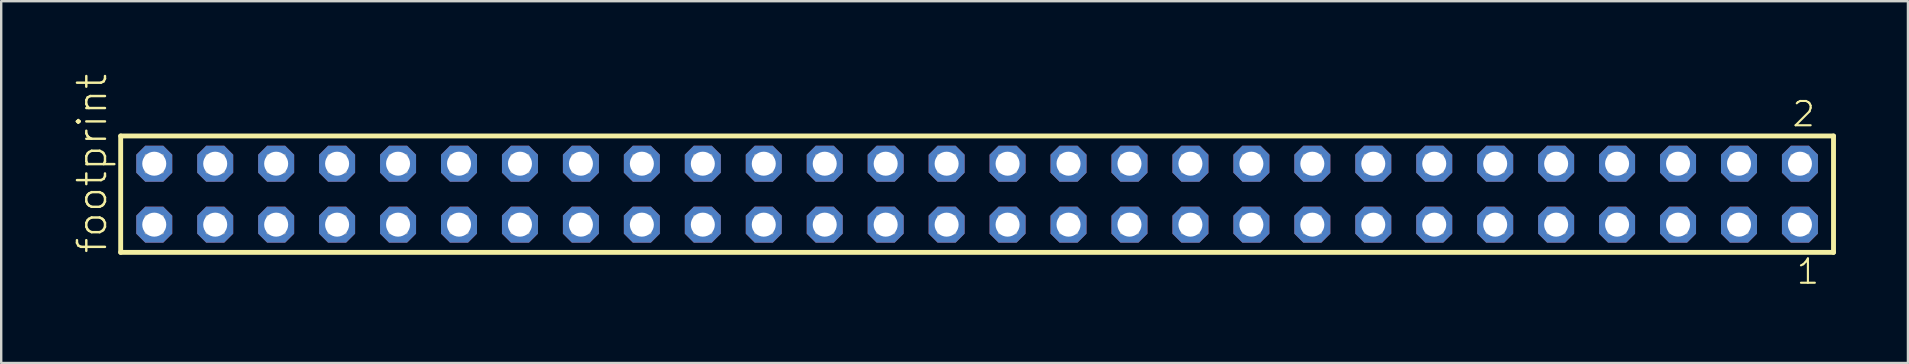
<source format=kicad_pcb>
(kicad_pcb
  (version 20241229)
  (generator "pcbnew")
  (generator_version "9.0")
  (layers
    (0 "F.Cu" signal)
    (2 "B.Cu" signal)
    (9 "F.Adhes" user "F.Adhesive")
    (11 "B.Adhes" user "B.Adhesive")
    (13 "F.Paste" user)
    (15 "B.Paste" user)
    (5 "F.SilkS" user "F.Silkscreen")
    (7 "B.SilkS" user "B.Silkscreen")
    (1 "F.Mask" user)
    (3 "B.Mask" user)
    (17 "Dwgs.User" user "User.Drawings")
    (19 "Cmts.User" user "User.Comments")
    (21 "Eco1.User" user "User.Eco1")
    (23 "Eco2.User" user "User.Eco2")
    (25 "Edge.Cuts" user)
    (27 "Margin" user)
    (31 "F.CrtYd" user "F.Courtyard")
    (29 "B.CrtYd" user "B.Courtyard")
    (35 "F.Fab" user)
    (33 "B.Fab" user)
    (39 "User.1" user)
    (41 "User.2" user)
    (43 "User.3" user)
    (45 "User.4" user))
  (footprint "footprint"
    (layer "F.Cu")
    (at 37.668 5.042)
    (property "Reference" "footprint" (at -36.195 2.54 90) (layer "F.SilkS") (effects (font (size 1.168 1.168) (thickness 0.102)) (justify left bottom)))
    (fp_line (start -35.689 -2.425) (end 35.689 -2.425) (stroke (width 0.203) (type solid)) (layer "F.SilkS"))
    (fp_line (start -35.689 2.425) (end -35.689 -2.425) (stroke (width 0.203) (type solid)) (layer "F.SilkS"))
    (fp_line (start 35.689 -2.425) (end 35.689 2.425) (stroke (width 0.203) (type solid)) (layer "F.SilkS"))
    (fp_line (start 35.689 2.425) (end -35.689 2.425) (stroke (width 0.203) (type solid)) (layer "F.SilkS"))
    (fp_poly (pts (xy -34.64 -0.92) (xy -33.94 -0.92) (xy -33.94 -1.62) (xy -34.64 -1.62)) (stroke (width 0.1) (type solid)) (fill no) (layer "F.Fab"))
    (fp_poly (pts (xy -34.64 1.62) (xy -33.94 1.62) (xy -33.94 0.92) (xy -34.64 0.92)) (stroke (width 0.1) (type solid)) (fill no) (layer "F.Fab"))
    (fp_poly (pts (xy -32.1 -0.92) (xy -31.4 -0.92) (xy -31.4 -1.62) (xy -32.1 -1.62)) (stroke (width 0.1) (type solid)) (fill no) (layer "F.Fab"))
    (fp_poly (pts (xy -32.1 1.62) (xy -31.4 1.62) (xy -31.4 0.92) (xy -32.1 0.92)) (stroke (width 0.1) (type solid)) (fill no) (layer "F.Fab"))
    (fp_poly (pts (xy -29.56 -0.92) (xy -28.86 -0.92) (xy -28.86 -1.62) (xy -29.56 -1.62)) (stroke (width 0.1) (type solid)) (fill no) (layer "F.Fab"))
    (fp_poly (pts (xy -29.56 1.62) (xy -28.86 1.62) (xy -28.86 0.92) (xy -29.56 0.92)) (stroke (width 0.1) (type solid)) (fill no) (layer "F.Fab"))
    (fp_poly (pts (xy -27.02 -0.92) (xy -26.32 -0.92) (xy -26.32 -1.62) (xy -27.02 -1.62)) (stroke (width 0.1) (type solid)) (fill no) (layer "F.Fab"))
    (fp_poly (pts (xy -27.02 1.62) (xy -26.32 1.62) (xy -26.32 0.92) (xy -27.02 0.92)) (stroke (width 0.1) (type solid)) (fill no) (layer "F.Fab"))
    (fp_poly (pts (xy -24.48 -0.92) (xy -23.78 -0.92) (xy -23.78 -1.62) (xy -24.48 -1.62)) (stroke (width 0.1) (type solid)) (fill no) (layer "F.Fab"))
    (fp_poly (pts (xy -24.48 1.62) (xy -23.78 1.62) (xy -23.78 0.92) (xy -24.48 0.92)) (stroke (width 0.1) (type solid)) (fill no) (layer "F.Fab"))
    (fp_poly (pts (xy -21.94 -0.92) (xy -21.24 -0.92) (xy -21.24 -1.62) (xy -21.94 -1.62)) (stroke (width 0.1) (type solid)) (fill no) (layer "F.Fab"))
    (fp_poly (pts (xy -21.94 1.62) (xy -21.24 1.62) (xy -21.24 0.92) (xy -21.94 0.92)) (stroke (width 0.1) (type solid)) (fill no) (layer "F.Fab"))
    (fp_poly (pts (xy -19.4 -0.92) (xy -18.7 -0.92) (xy -18.7 -1.62) (xy -19.4 -1.62)) (stroke (width 0.1) (type solid)) (fill no) (layer "F.Fab"))
    (fp_poly (pts (xy -19.4 1.62) (xy -18.7 1.62) (xy -18.7 0.92) (xy -19.4 0.92)) (stroke (width 0.1) (type solid)) (fill no) (layer "F.Fab"))
    (fp_poly (pts (xy -16.86 -0.92) (xy -16.16 -0.92) (xy -16.16 -1.62) (xy -16.86 -1.62)) (stroke (width 0.1) (type solid)) (fill no) (layer "F.Fab"))
    (fp_poly (pts (xy -16.86 1.62) (xy -16.16 1.62) (xy -16.16 0.92) (xy -16.86 0.92)) (stroke (width 0.1) (type solid)) (fill no) (layer "F.Fab"))
    (fp_poly (pts (xy -14.32 -0.92) (xy -13.62 -0.92) (xy -13.62 -1.62) (xy -14.32 -1.62)) (stroke (width 0.1) (type solid)) (fill no) (layer "F.Fab"))
    (fp_poly (pts (xy -14.32 1.62) (xy -13.62 1.62) (xy -13.62 0.92) (xy -14.32 0.92)) (stroke (width 0.1) (type solid)) (fill no) (layer "F.Fab"))
    (fp_poly (pts (xy -11.78 -0.92) (xy -11.08 -0.92) (xy -11.08 -1.62) (xy -11.78 -1.62)) (stroke (width 0.1) (type solid)) (fill no) (layer "F.Fab"))
    (fp_poly (pts (xy -11.78 1.62) (xy -11.08 1.62) (xy -11.08 0.92) (xy -11.78 0.92)) (stroke (width 0.1) (type solid)) (fill no) (layer "F.Fab"))
    (fp_poly (pts (xy -9.24 -0.92) (xy -8.54 -0.92) (xy -8.54 -1.62) (xy -9.24 -1.62)) (stroke (width 0.1) (type solid)) (fill no) (layer "F.Fab"))
    (fp_poly (pts (xy -9.24 1.62) (xy -8.54 1.62) (xy -8.54 0.92) (xy -9.24 0.92)) (stroke (width 0.1) (type solid)) (fill no) (layer "F.Fab"))
    (fp_poly (pts (xy -6.7 -0.92) (xy -6 -0.92) (xy -6 -1.62) (xy -6.7 -1.62)) (stroke (width 0.1) (type solid)) (fill no) (layer "F.Fab"))
    (fp_poly (pts (xy -6.7 1.62) (xy -6 1.62) (xy -6 0.92) (xy -6.7 0.92)) (stroke (width 0.1) (type solid)) (fill no) (layer "F.Fab"))
    (fp_poly (pts (xy -4.16 -0.92) (xy -3.46 -0.92) (xy -3.46 -1.62) (xy -4.16 -1.62)) (stroke (width 0.1) (type solid)) (fill no) (layer "F.Fab"))
    (fp_poly (pts (xy -4.16 1.62) (xy -3.46 1.62) (xy -3.46 0.92) (xy -4.16 0.92)) (stroke (width 0.1) (type solid)) (fill no) (layer "F.Fab"))
    (fp_poly (pts (xy -1.62 -0.92) (xy -0.92 -0.92) (xy -0.92 -1.62) (xy -1.62 -1.62)) (stroke (width 0.1) (type solid)) (fill no) (layer "F.Fab"))
    (fp_poly (pts (xy -1.62 1.62) (xy -0.92 1.62) (xy -0.92 0.92) (xy -1.62 0.92)) (stroke (width 0.1) (type solid)) (fill no) (layer "F.Fab"))
    (fp_poly (pts (xy 0.92 -0.92) (xy 1.62 -0.92) (xy 1.62 -1.62) (xy 0.92 -1.62)) (stroke (width 0.1) (type solid)) (fill no) (layer "F.Fab"))
    (fp_poly (pts (xy 0.92 1.62) (xy 1.62 1.62) (xy 1.62 0.92) (xy 0.92 0.92)) (stroke (width 0.1) (type solid)) (fill no) (layer "F.Fab"))
    (fp_poly (pts (xy 3.46 -0.92) (xy 4.16 -0.92) (xy 4.16 -1.62) (xy 3.46 -1.62)) (stroke (width 0.1) (type solid)) (fill no) (layer "F.Fab"))
    (fp_poly (pts (xy 3.46 1.62) (xy 4.16 1.62) (xy 4.16 0.92) (xy 3.46 0.92)) (stroke (width 0.1) (type solid)) (fill no) (layer "F.Fab"))
    (fp_poly (pts (xy 6 -0.92) (xy 6.7 -0.92) (xy 6.7 -1.62) (xy 6 -1.62)) (stroke (width 0.1) (type solid)) (fill no) (layer "F.Fab"))
    (fp_poly (pts (xy 6 1.62) (xy 6.7 1.62) (xy 6.7 0.92) (xy 6 0.92)) (stroke (width 0.1) (type solid)) (fill no) (layer "F.Fab"))
    (fp_poly (pts (xy 8.54 -0.92) (xy 9.24 -0.92) (xy 9.24 -1.62) (xy 8.54 -1.62)) (stroke (width 0.1) (type solid)) (fill no) (layer "F.Fab"))
    (fp_poly (pts (xy 8.54 1.62) (xy 9.24 1.62) (xy 9.24 0.92) (xy 8.54 0.92)) (stroke (width 0.1) (type solid)) (fill no) (layer "F.Fab"))
    (fp_poly (pts (xy 11.08 -0.92) (xy 11.78 -0.92) (xy 11.78 -1.62) (xy 11.08 -1.62)) (stroke (width 0.1) (type solid)) (fill no) (layer "F.Fab"))
    (fp_poly (pts (xy 11.08 1.62) (xy 11.78 1.62) (xy 11.78 0.92) (xy 11.08 0.92)) (stroke (width 0.1) (type solid)) (fill no) (layer "F.Fab"))
    (fp_poly (pts (xy 13.62 -0.92) (xy 14.32 -0.92) (xy 14.32 -1.62) (xy 13.62 -1.62)) (stroke (width 0.1) (type solid)) (fill no) (layer "F.Fab"))
    (fp_poly (pts (xy 13.62 1.62) (xy 14.32 1.62) (xy 14.32 0.92) (xy 13.62 0.92)) (stroke (width 0.1) (type solid)) (fill no) (layer "F.Fab"))
    (fp_poly (pts (xy 16.16 -0.92) (xy 16.86 -0.92) (xy 16.86 -1.62) (xy 16.16 -1.62)) (stroke (width 0.1) (type solid)) (fill no) (layer "F.Fab"))
    (fp_poly (pts (xy 16.16 1.62) (xy 16.86 1.62) (xy 16.86 0.92) (xy 16.16 0.92)) (stroke (width 0.1) (type solid)) (fill no) (layer "F.Fab"))
    (fp_poly (pts (xy 18.7 -0.92) (xy 19.4 -0.92) (xy 19.4 -1.62) (xy 18.7 -1.62)) (stroke (width 0.1) (type solid)) (fill no) (layer "F.Fab"))
    (fp_poly (pts (xy 18.7 1.62) (xy 19.4 1.62) (xy 19.4 0.92) (xy 18.7 0.92)) (stroke (width 0.1) (type solid)) (fill no) (layer "F.Fab"))
    (fp_poly (pts (xy 21.24 -0.92) (xy 21.94 -0.92) (xy 21.94 -1.62) (xy 21.24 -1.62)) (stroke (width 0.1) (type solid)) (fill no) (layer "F.Fab"))
    (fp_poly (pts (xy 21.24 1.62) (xy 21.94 1.62) (xy 21.94 0.92) (xy 21.24 0.92)) (stroke (width 0.1) (type solid)) (fill no) (layer "F.Fab"))
    (fp_poly (pts (xy 23.78 -0.92) (xy 24.48 -0.92) (xy 24.48 -1.62) (xy 23.78 -1.62)) (stroke (width 0.1) (type solid)) (fill no) (layer "F.Fab"))
    (fp_poly (pts (xy 23.78 1.62) (xy 24.48 1.62) (xy 24.48 0.92) (xy 23.78 0.92)) (stroke (width 0.1) (type solid)) (fill no) (layer "F.Fab"))
    (fp_poly (pts (xy 26.32 -0.92) (xy 27.02 -0.92) (xy 27.02 -1.62) (xy 26.32 -1.62)) (stroke (width 0.1) (type solid)) (fill no) (layer "F.Fab"))
    (fp_poly (pts (xy 26.32 1.62) (xy 27.02 1.62) (xy 27.02 0.92) (xy 26.32 0.92)) (stroke (width 0.1) (type solid)) (fill no) (layer "F.Fab"))
    (fp_poly (pts (xy 28.86 -0.92) (xy 29.56 -0.92) (xy 29.56 -1.62) (xy 28.86 -1.62)) (stroke (width 0.1) (type solid)) (fill no) (layer "F.Fab"))
    (fp_poly (pts (xy 28.86 1.62) (xy 29.56 1.62) (xy 29.56 0.92) (xy 28.86 0.92)) (stroke (width 0.1) (type solid)) (fill no) (layer "F.Fab"))
    (fp_poly (pts (xy 31.4 -0.92) (xy 32.1 -0.92) (xy 32.1 -1.62) (xy 31.4 -1.62)) (stroke (width 0.1) (type solid)) (fill no) (layer "F.Fab"))
    (fp_poly (pts (xy 31.4 1.62) (xy 32.1 1.62) (xy 32.1 0.92) (xy 31.4 0.92)) (stroke (width 0.1) (type solid)) (fill no) (layer "F.Fab"))
    (fp_poly (pts (xy 33.94 -0.92) (xy 34.64 -0.92) (xy 34.64 -1.62) (xy 33.94 -1.62)) (stroke (width 0.1) (type solid)) (fill no) (layer "F.Fab"))
    (fp_poly (pts (xy 33.94 1.62) (xy 34.64 1.62) (xy 34.64 0.92) (xy 33.94 0.92)) (stroke (width 0.1) (type solid)) (fill no) (layer "F.Fab"))
    (fp_text user "2" (at 33.907 -2.744 0) (layer "F.SilkS") (effects (font (size 1.012 1.012) (thickness 0.088)) (justify left bottom)))
    (fp_text user "1" (at 34.082 3.818 0) (layer "F.SilkS") (effects (font (size 1.012 1.012) (thickness 0.088)) (justify left bottom)))
    (pad "1" thru_hole roundrect (at 34.29 1.27 180) (size 1.5 1.5) (drill 1) (layers "*.Cu" "*.Mask") (roundrect_rratio 0.25) (chamfer_ratio 0.25) (chamfer top_left top_right bottom_left bottom_right))
    (pad "2" thru_hole roundrect (at 34.29 -1.27 180) (size 1.5 1.5) (drill 1) (layers "*.Cu" "*.Mask") (roundrect_rratio 0.25) (chamfer_ratio 0.25) (chamfer top_left top_right bottom_left bottom_right))
    (pad "3" thru_hole roundrect (at 31.75 1.27 180) (size 1.5 1.5) (drill 1) (layers "*.Cu" "*.Mask") (roundrect_rratio 0.25) (chamfer_ratio 0.25) (chamfer top_left top_right bottom_left bottom_right))
    (pad "4" thru_hole roundrect (at 31.75 -1.27 180) (size 1.5 1.5) (drill 1) (layers "*.Cu" "*.Mask") (roundrect_rratio 0.25) (chamfer_ratio 0.25) (chamfer top_left top_right bottom_left bottom_right))
    (pad "5" thru_hole roundrect (at 29.21 1.27 180) (size 1.5 1.5) (drill 1) (layers "*.Cu" "*.Mask") (roundrect_rratio 0.25) (chamfer_ratio 0.25) (chamfer top_left top_right bottom_left bottom_right))
    (pad "6" thru_hole roundrect (at 29.21 -1.27 180) (size 1.5 1.5) (drill 1) (layers "*.Cu" "*.Mask") (roundrect_rratio 0.25) (chamfer_ratio 0.25) (chamfer top_left top_right bottom_left bottom_right))
    (pad "7" thru_hole roundrect (at 26.67 1.27 180) (size 1.5 1.5) (drill 1) (layers "*.Cu" "*.Mask") (roundrect_rratio 0.25) (chamfer_ratio 0.25) (chamfer top_left top_right bottom_left bottom_right))
    (pad "8" thru_hole roundrect (at 26.67 -1.27 180) (size 1.5 1.5) (drill 1) (layers "*.Cu" "*.Mask") (roundrect_rratio 0.25) (chamfer_ratio 0.25) (chamfer top_left top_right bottom_left bottom_right))
    (pad "9" thru_hole roundrect (at 24.13 1.27 180) (size 1.5 1.5) (drill 1) (layers "*.Cu" "*.Mask") (roundrect_rratio 0.25) (chamfer_ratio 0.25) (chamfer top_left top_right bottom_left bottom_right))
    (pad "10" thru_hole roundrect (at 24.13 -1.27 180) (size 1.5 1.5) (drill 1) (layers "*.Cu" "*.Mask") (roundrect_rratio 0.25) (chamfer_ratio 0.25) (chamfer top_left top_right bottom_left bottom_right))
    (pad "11" thru_hole roundrect (at 21.59 1.27 180) (size 1.5 1.5) (drill 1) (layers "*.Cu" "*.Mask") (roundrect_rratio 0.25) (chamfer_ratio 0.25) (chamfer top_left top_right bottom_left bottom_right))
    (pad "12" thru_hole roundrect (at 21.59 -1.27 180) (size 1.5 1.5) (drill 1) (layers "*.Cu" "*.Mask") (roundrect_rratio 0.25) (chamfer_ratio 0.25) (chamfer top_left top_right bottom_left bottom_right))
    (pad "13" thru_hole roundrect (at 19.05 1.27 180) (size 1.5 1.5) (drill 1) (layers "*.Cu" "*.Mask") (roundrect_rratio 0.25) (chamfer_ratio 0.25) (chamfer top_left top_right bottom_left bottom_right))
    (pad "14" thru_hole roundrect (at 19.05 -1.27 180) (size 1.5 1.5) (drill 1) (layers "*.Cu" "*.Mask") (roundrect_rratio 0.25) (chamfer_ratio 0.25) (chamfer top_left top_right bottom_left bottom_right))
    (pad "15" thru_hole roundrect (at 16.51 1.27 180) (size 1.5 1.5) (drill 1) (layers "*.Cu" "*.Mask") (roundrect_rratio 0.25) (chamfer_ratio 0.25) (chamfer top_left top_right bottom_left bottom_right))
    (pad "16" thru_hole roundrect (at 16.51 -1.27 180) (size 1.5 1.5) (drill 1) (layers "*.Cu" "*.Mask") (roundrect_rratio 0.25) (chamfer_ratio 0.25) (chamfer top_left top_right bottom_left bottom_right))
    (pad "17" thru_hole roundrect (at 13.97 1.27 180) (size 1.5 1.5) (drill 1) (layers "*.Cu" "*.Mask") (roundrect_rratio 0.25) (chamfer_ratio 0.25) (chamfer top_left top_right bottom_left bottom_right))
    (pad "18" thru_hole roundrect (at 13.97 -1.27 180) (size 1.5 1.5) (drill 1) (layers "*.Cu" "*.Mask") (roundrect_rratio 0.25) (chamfer_ratio 0.25) (chamfer top_left top_right bottom_left bottom_right))
    (pad "19" thru_hole roundrect (at 11.43 1.27 180) (size 1.5 1.5) (drill 1) (layers "*.Cu" "*.Mask") (roundrect_rratio 0.25) (chamfer_ratio 0.25) (chamfer top_left top_right bottom_left bottom_right))
    (pad "20" thru_hole roundrect (at 11.43 -1.27 180) (size 1.5 1.5) (drill 1) (layers "*.Cu" "*.Mask") (roundrect_rratio 0.25) (chamfer_ratio 0.25) (chamfer top_left top_right bottom_left bottom_right))
    (pad "21" thru_hole roundrect (at 8.89 1.27 180) (size 1.5 1.5) (drill 1) (layers "*.Cu" "*.Mask") (roundrect_rratio 0.25) (chamfer_ratio 0.25) (chamfer top_left top_right bottom_left bottom_right))
    (pad "22" thru_hole roundrect (at 8.89 -1.27 180) (size 1.5 1.5) (drill 1) (layers "*.Cu" "*.Mask") (roundrect_rratio 0.25) (chamfer_ratio 0.25) (chamfer top_left top_right bottom_left bottom_right))
    (pad "23" thru_hole roundrect (at 6.35 1.27 180) (size 1.5 1.5) (drill 1) (layers "*.Cu" "*.Mask") (roundrect_rratio 0.25) (chamfer_ratio 0.25) (chamfer top_left top_right bottom_left bottom_right))
    (pad "24" thru_hole roundrect (at 6.35 -1.27 180) (size 1.5 1.5) (drill 1) (layers "*.Cu" "*.Mask") (roundrect_rratio 0.25) (chamfer_ratio 0.25) (chamfer top_left top_right bottom_left bottom_right))
    (pad "25" thru_hole roundrect (at 3.81 1.27 180) (size 1.5 1.5) (drill 1) (layers "*.Cu" "*.Mask") (roundrect_rratio 0.25) (chamfer_ratio 0.25) (chamfer top_left top_right bottom_left bottom_right))
    (pad "26" thru_hole roundrect (at 3.81 -1.27 180) (size 1.5 1.5) (drill 1) (layers "*.Cu" "*.Mask") (roundrect_rratio 0.25) (chamfer_ratio 0.25) (chamfer top_left top_right bottom_left bottom_right))
    (pad "27" thru_hole roundrect (at 1.27 1.27 180) (size 1.5 1.5) (drill 1) (layers "*.Cu" "*.Mask") (roundrect_rratio 0.25) (chamfer_ratio 0.25) (chamfer top_left top_right bottom_left bottom_right))
    (pad "28" thru_hole roundrect (at 1.27 -1.27 180) (size 1.5 1.5) (drill 1) (layers "*.Cu" "*.Mask") (roundrect_rratio 0.25) (chamfer_ratio 0.25) (chamfer top_left top_right bottom_left bottom_right))
    (pad "29" thru_hole roundrect (at -1.27 1.27 180) (size 1.5 1.5) (drill 1) (layers "*.Cu" "*.Mask") (roundrect_rratio 0.25) (chamfer_ratio 0.25) (chamfer top_left top_right bottom_left bottom_right))
    (pad "30" thru_hole roundrect (at -1.27 -1.27 180) (size 1.5 1.5) (drill 1) (layers "*.Cu" "*.Mask") (roundrect_rratio 0.25) (chamfer_ratio 0.25) (chamfer top_left top_right bottom_left bottom_right))
    (pad "31" thru_hole roundrect (at -3.81 1.27 180) (size 1.5 1.5) (drill 1) (layers "*.Cu" "*.Mask") (roundrect_rratio 0.25) (chamfer_ratio 0.25) (chamfer top_left top_right bottom_left bottom_right))
    (pad "32" thru_hole roundrect (at -3.81 -1.27 180) (size 1.5 1.5) (drill 1) (layers "*.Cu" "*.Mask") (roundrect_rratio 0.25) (chamfer_ratio 0.25) (chamfer top_left top_right bottom_left bottom_right))
    (pad "33" thru_hole roundrect (at -6.35 1.27 180) (size 1.5 1.5) (drill 1) (layers "*.Cu" "*.Mask") (roundrect_rratio 0.25) (chamfer_ratio 0.25) (chamfer top_left top_right bottom_left bottom_right))
    (pad "34" thru_hole roundrect (at -6.35 -1.27 180) (size 1.5 1.5) (drill 1) (layers "*.Cu" "*.Mask") (roundrect_rratio 0.25) (chamfer_ratio 0.25) (chamfer top_left top_right bottom_left bottom_right))
    (pad "35" thru_hole roundrect (at -8.89 1.27 180) (size 1.5 1.5) (drill 1) (layers "*.Cu" "*.Mask") (roundrect_rratio 0.25) (chamfer_ratio 0.25) (chamfer top_left top_right bottom_left bottom_right))
    (pad "36" thru_hole roundrect (at -8.89 -1.27 180) (size 1.5 1.5) (drill 1) (layers "*.Cu" "*.Mask") (roundrect_rratio 0.25) (chamfer_ratio 0.25) (chamfer top_left top_right bottom_left bottom_right))
    (pad "37" thru_hole roundrect (at -11.43 1.27 180) (size 1.5 1.5) (drill 1) (layers "*.Cu" "*.Mask") (roundrect_rratio 0.25) (chamfer_ratio 0.25) (chamfer top_left top_right bottom_left bottom_right))
    (pad "38" thru_hole roundrect (at -11.43 -1.27 180) (size 1.5 1.5) (drill 1) (layers "*.Cu" "*.Mask") (roundrect_rratio 0.25) (chamfer_ratio 0.25) (chamfer top_left top_right bottom_left bottom_right))
    (pad "39" thru_hole roundrect (at -13.97 1.27 180) (size 1.5 1.5) (drill 1) (layers "*.Cu" "*.Mask") (roundrect_rratio 0.25) (chamfer_ratio 0.25) (chamfer top_left top_right bottom_left bottom_right))
    (pad "40" thru_hole roundrect (at -13.97 -1.27 180) (size 1.5 1.5) (drill 1) (layers "*.Cu" "*.Mask") (roundrect_rratio 0.25) (chamfer_ratio 0.25) (chamfer top_left top_right bottom_left bottom_right))
    (pad "41" thru_hole roundrect (at -16.51 1.27 180) (size 1.5 1.5) (drill 1) (layers "*.Cu" "*.Mask") (roundrect_rratio 0.25) (chamfer_ratio 0.25) (chamfer top_left top_right bottom_left bottom_right))
    (pad "42" thru_hole roundrect (at -16.51 -1.27 180) (size 1.5 1.5) (drill 1) (layers "*.Cu" "*.Mask") (roundrect_rratio 0.25) (chamfer_ratio 0.25) (chamfer top_left top_right bottom_left bottom_right))
    (pad "43" thru_hole roundrect (at -19.05 1.27 180) (size 1.5 1.5) (drill 1) (layers "*.Cu" "*.Mask") (roundrect_rratio 0.25) (chamfer_ratio 0.25) (chamfer top_left top_right bottom_left bottom_right))
    (pad "44" thru_hole roundrect (at -19.05 -1.27 180) (size 1.5 1.5) (drill 1) (layers "*.Cu" "*.Mask") (roundrect_rratio 0.25) (chamfer_ratio 0.25) (chamfer top_left top_right bottom_left bottom_right))
    (pad "45" thru_hole roundrect (at -21.59 1.27 180) (size 1.5 1.5) (drill 1) (layers "*.Cu" "*.Mask") (roundrect_rratio 0.25) (chamfer_ratio 0.25) (chamfer top_left top_right bottom_left bottom_right))
    (pad "46" thru_hole roundrect (at -21.59 -1.27 180) (size 1.5 1.5) (drill 1) (layers "*.Cu" "*.Mask") (roundrect_rratio 0.25) (chamfer_ratio 0.25) (chamfer top_left top_right bottom_left bottom_right))
    (pad "47" thru_hole roundrect (at -24.13 1.27 180) (size 1.5 1.5) (drill 1) (layers "*.Cu" "*.Mask") (roundrect_rratio 0.25) (chamfer_ratio 0.25) (chamfer top_left top_right bottom_left bottom_right))
    (pad "48" thru_hole roundrect (at -24.13 -1.27 180) (size 1.5 1.5) (drill 1) (layers "*.Cu" "*.Mask") (roundrect_rratio 0.25) (chamfer_ratio 0.25) (chamfer top_left top_right bottom_left bottom_right))
    (pad "49" thru_hole roundrect (at -26.67 1.27 180) (size 1.5 1.5) (drill 1) (layers "*.Cu" "*.Mask") (roundrect_rratio 0.25) (chamfer_ratio 0.25) (chamfer top_left top_right bottom_left bottom_right))
    (pad "50" thru_hole roundrect (at -26.67 -1.27 180) (size 1.5 1.5) (drill 1) (layers "*.Cu" "*.Mask") (roundrect_rratio 0.25) (chamfer_ratio 0.25) (chamfer top_left top_right bottom_left bottom_right))
    (pad "51" thru_hole roundrect (at -29.21 1.27 180) (size 1.5 1.5) (drill 1) (layers "*.Cu" "*.Mask") (roundrect_rratio 0.25) (chamfer_ratio 0.25) (chamfer top_left top_right bottom_left bottom_right))
    (pad "52" thru_hole roundrect (at -29.21 -1.27 180) (size 1.5 1.5) (drill 1) (layers "*.Cu" "*.Mask") (roundrect_rratio 0.25) (chamfer_ratio 0.25) (chamfer top_left top_right bottom_left bottom_right))
    (pad "53" thru_hole roundrect (at -31.75 1.27 180) (size 1.5 1.5) (drill 1) (layers "*.Cu" "*.Mask") (roundrect_rratio 0.25) (chamfer_ratio 0.25) (chamfer top_left top_right bottom_left bottom_right))
    (pad "54" thru_hole roundrect (at -31.75 -1.27 180) (size 1.5 1.5) (drill 1) (layers "*.Cu" "*.Mask") (roundrect_rratio 0.25) (chamfer_ratio 0.25) (chamfer top_left top_right bottom_left bottom_right))
    (pad "55" thru_hole roundrect (at -34.29 1.27 180) (size 1.5 1.5) (drill 1) (layers "*.Cu" "*.Mask") (roundrect_rratio 0.25) (chamfer_ratio 0.25) (chamfer top_left top_right bottom_left bottom_right))
    (pad "56" thru_hole roundrect (at -34.29 -1.27 180) (size 1.5 1.5) (drill 1) (layers "*.Cu" "*.Mask") (roundrect_rratio 0.25) (chamfer_ratio 0.25) (chamfer top_left top_right bottom_left bottom_right)))
  (gr_rect
    (start -3 -3)
    (end 76.459 12.077)
    (stroke (width 0.1) (type default))
    (fill no)
    (layer "Edge.Cuts")))
</source>
